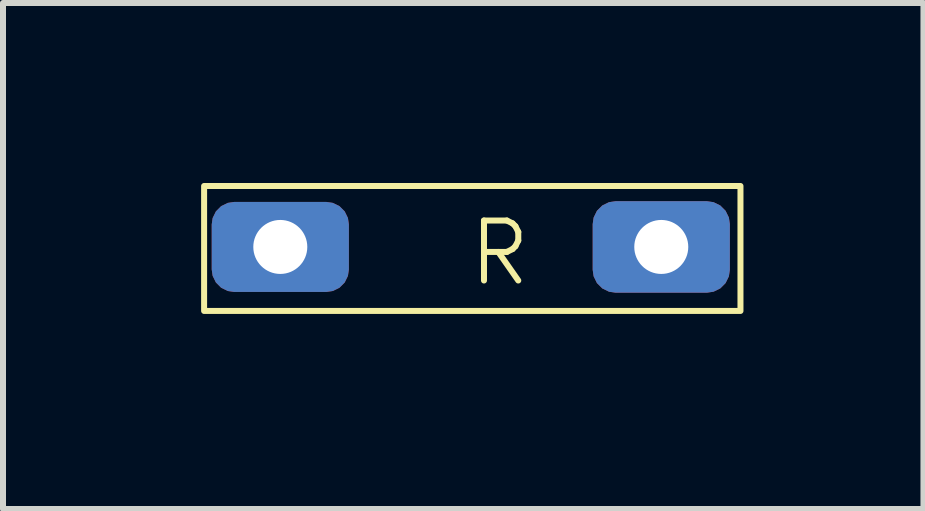
<source format=kicad_pcb>
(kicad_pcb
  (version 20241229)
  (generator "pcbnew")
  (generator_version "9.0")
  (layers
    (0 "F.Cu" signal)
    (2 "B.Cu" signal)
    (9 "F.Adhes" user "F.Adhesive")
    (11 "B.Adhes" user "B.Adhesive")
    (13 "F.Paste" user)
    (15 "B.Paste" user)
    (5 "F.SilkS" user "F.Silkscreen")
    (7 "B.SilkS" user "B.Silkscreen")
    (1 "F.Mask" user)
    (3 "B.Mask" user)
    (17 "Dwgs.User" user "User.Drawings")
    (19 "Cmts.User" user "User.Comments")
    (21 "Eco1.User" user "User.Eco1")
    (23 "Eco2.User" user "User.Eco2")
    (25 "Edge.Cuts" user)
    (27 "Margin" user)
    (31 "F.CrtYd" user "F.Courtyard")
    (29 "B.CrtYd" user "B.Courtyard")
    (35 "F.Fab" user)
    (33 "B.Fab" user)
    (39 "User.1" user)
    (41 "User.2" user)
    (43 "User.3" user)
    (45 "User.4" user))
  (footprint "R"
    (layer "F.Cu")
    (at 0.25 2.184)
    (property "Reference" "R" (at 5.029 -1.016 0) (unlocked yes) (layer "F.SilkS") (effects (font (size 1 1) (thickness 0.1))))
    (attr smd)
    (fp_rect (start 0.102 -2.134) (end 9.042 -0.051) (stroke (width 0.1) (type default)) (fill no) (layer "F.SilkS"))
    (pad "1" thru_hole roundrect (at 1.372 -1.118) (size 2.286 1.5) (drill 0.9) (layers "*.Cu" "B.Mask") (roundrect_rratio 0.25))
    (pad "2" thru_hole roundrect (at 7.722 -1.118) (size 2.286 1.524) (drill 0.9) (layers "*.Cu" "B.Mask") (roundrect_rratio 0.25)))
  (gr_rect
    (start -3 -3)
    (end 12.342 5.434)
    (stroke (width 0.1) (type default))
    (fill no)
    (layer "Edge.Cuts")))
</source>
